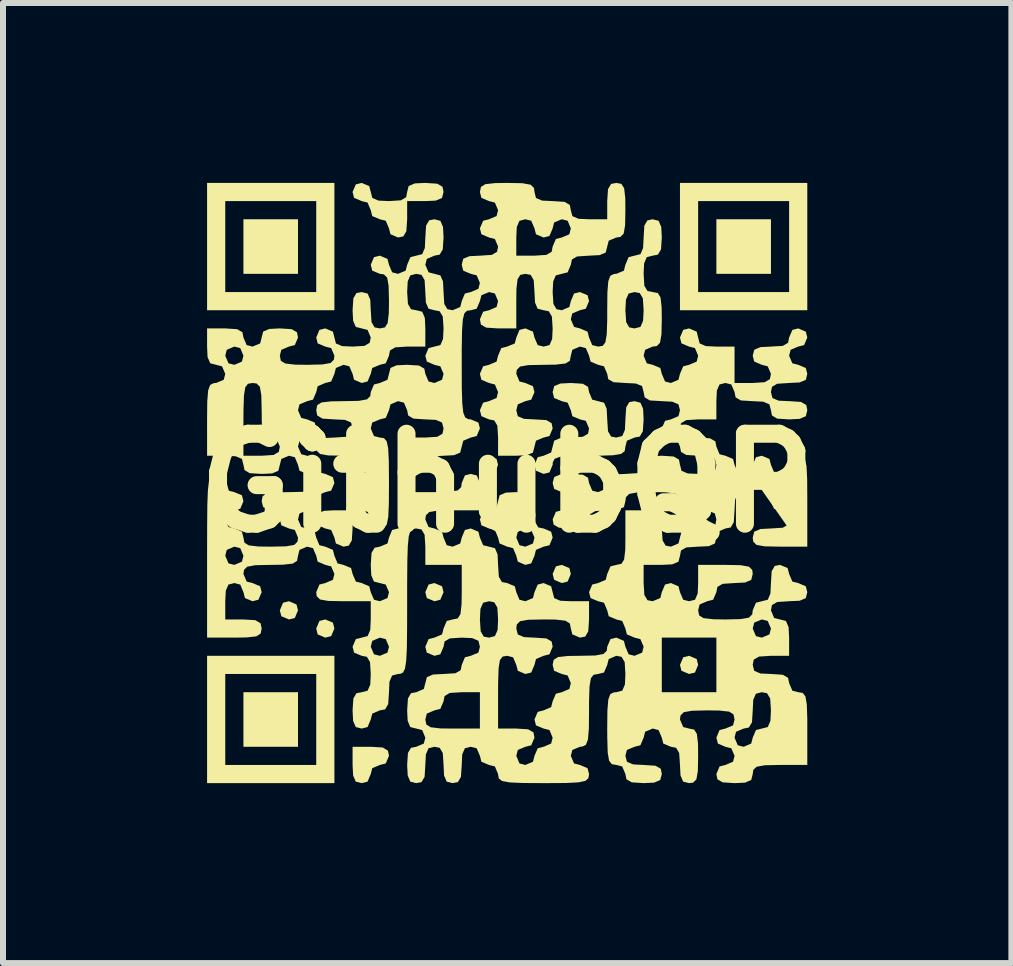
<source format=kicad_pcb>
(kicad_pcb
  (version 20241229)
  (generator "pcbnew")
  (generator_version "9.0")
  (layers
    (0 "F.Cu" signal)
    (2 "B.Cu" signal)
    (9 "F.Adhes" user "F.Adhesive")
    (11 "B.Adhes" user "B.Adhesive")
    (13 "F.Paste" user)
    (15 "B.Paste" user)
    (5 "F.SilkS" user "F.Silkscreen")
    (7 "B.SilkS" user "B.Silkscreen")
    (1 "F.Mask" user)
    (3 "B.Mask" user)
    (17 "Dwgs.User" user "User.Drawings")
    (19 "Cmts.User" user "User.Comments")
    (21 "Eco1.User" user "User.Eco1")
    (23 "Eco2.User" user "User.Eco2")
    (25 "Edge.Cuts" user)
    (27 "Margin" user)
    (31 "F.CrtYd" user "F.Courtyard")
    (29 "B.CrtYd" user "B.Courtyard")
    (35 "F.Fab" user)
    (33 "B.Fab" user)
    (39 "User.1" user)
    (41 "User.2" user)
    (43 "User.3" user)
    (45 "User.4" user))
  (footprint "GithubQR"
    (layer "F.Cu")
    (at 5.407 5.004)
    (property "Reference" "GithubQR" (at 0 0 0) (layer "F.SilkS") (effects (font (size 1.5 1.5) (thickness 0.3))))
    (attr board_only exclude_from_pos_files exclude_from_bom)
    (fp_poly (pts (xy -3.513 2.025) (xy -3.488 2.123) (xy -3.541 2.25) (xy -3.639 2.275) (xy -3.766 2.221) (xy -3.791 2.123) (xy -3.737 1.996) (xy -3.639 1.971)) (stroke (width 0) (type solid)) (fill yes) (layer "F.SilkS"))
    (fp_poly (pts (xy -3.488 -3.943) (xy -3.488 -3.488) (xy -3.943 -3.488) (xy -4.398 -3.488) (xy -4.398 -3.943) (xy -4.398 -4.398) (xy -3.943 -4.398) (xy -3.488 -4.398)) (stroke (width 0) (type solid)) (fill yes) (layer "F.SilkS"))
    (fp_poly (pts (xy -3.488 3.943) (xy -3.488 4.398) (xy -3.943 4.398) (xy -4.398 4.398) (xy -4.398 3.943) (xy -4.398 3.488) (xy -3.943 3.488) (xy -3.488 3.488)) (stroke (width 0) (type solid)) (fill yes) (layer "F.SilkS"))
    (fp_poly (pts (xy -2.906 2.328) (xy -2.881 2.426) (xy -2.935 2.553) (xy -3.033 2.578) (xy -3.16 2.524) (xy -3.184 2.426) (xy -3.131 2.3) (xy -3.033 2.275)) (stroke (width 0) (type solid)) (fill yes) (layer "F.SilkS"))
    (fp_poly (pts (xy -1.086 1.722) (xy -1.061 1.82) (xy -1.115 1.946) (xy -1.213 1.971) (xy -1.34 1.918) (xy -1.365 1.82) (xy -1.311 1.693) (xy -1.213 1.668)) (stroke (width 0) (type solid)) (fill yes) (layer "F.SilkS"))
    (fp_poly (pts (xy -0.177 -0.401) (xy -0.152 -0.303) (xy -0.205 -0.177) (xy -0.303 -0.152) (xy -0.43 -0.205) (xy -0.455 -0.303) (xy -0.401 -0.43) (xy -0.303 -0.455)) (stroke (width 0) (type solid)) (fill yes) (layer "F.SilkS"))
    (fp_poly (pts (xy 1.037 1.418) (xy 1.061 1.516) (xy 1.008 1.643) (xy 0.91 1.668) (xy 0.783 1.614) (xy 0.758 1.516) (xy 0.812 1.39) (xy 0.91 1.365)) (stroke (width 0) (type solid)) (fill yes) (layer "F.SilkS"))
    (fp_poly (pts (xy 3.16 2.935) (xy 3.184 3.033) (xy 3.131 3.16) (xy 3.033 3.184) (xy 2.906 3.131) (xy 2.881 3.033) (xy 2.935 2.906) (xy 3.033 2.881)) (stroke (width 0) (type solid)) (fill yes) (layer "F.SilkS"))
    (fp_poly (pts (xy 4.398 -3.943) (xy 4.398 -3.488) (xy 3.943 -3.488) (xy 3.488 -3.488) (xy 3.488 -3.943) (xy 3.488 -4.398) (xy 3.943 -4.398) (xy 4.398 -4.398)) (stroke (width 0) (type solid)) (fill yes) (layer "F.SilkS"))
    (fp_poly (pts (xy -2.578 0.758) (xy -2.591 0.957) (xy -2.642 1.044) (xy -2.73 1.061) (xy -2.856 1.008) (xy -2.881 0.91) (xy -2.935 0.783) (xy -3.033 0.758) (xy -3.16 0.705) (xy -3.184 0.607) (xy -3.159 0.507) (xy -3.056 0.464) (xy -2.881 0.455) (xy -2.578 0.455)) (stroke (width 0) (type solid)) (fill yes) (layer "F.SilkS"))
    (fp_poly (pts (xy -2.076 4.41) (xy -1.989 4.462) (xy -1.971 4.549) (xy -2.025 4.676) (xy -2.123 4.701) (xy -2.25 4.755) (xy -2.275 4.853) (xy -2.328 4.979) (xy -2.426 5.004) (xy -2.525 4.979) (xy -2.569 4.876) (xy -2.578 4.701) (xy -2.578 4.398) (xy -2.275 4.398)) (stroke (width 0) (type solid)) (fill yes) (layer "F.SilkS"))
    (fp_poly (pts (xy -2.881 -3.943) (xy -2.881 -2.881) (xy -3.943 -2.881) (xy -5.004 -2.881) (xy -5.004 -3.943) (xy -5.004 -4.701) (xy -4.701 -4.701) (xy -4.701 -3.943) (xy -4.701 -3.184) (xy -3.943 -3.184) (xy -3.184 -3.184) (xy -3.184 -3.943) (xy -3.184 -4.701) (xy -3.943 -4.701) (xy -4.701 -4.701) (xy -5.004 -4.701) (xy -5.004 -5.004) (xy -3.943 -5.004) (xy -2.881 -5.004)) (stroke (width 0) (type solid)) (fill yes) (layer "F.SilkS"))
    (fp_poly (pts (xy -2.881 3.943) (xy -2.881 5.004) (xy -3.943 5.004) (xy -5.004 5.004) (xy -5.004 3.943) (xy -5.004 3.184) (xy -4.701 3.184) (xy -4.701 3.943) (xy -4.701 4.701) (xy -3.943 4.701) (xy -3.184 4.701) (xy -3.184 3.943) (xy -3.184 3.184) (xy -3.943 3.184) (xy -4.701 3.184) (xy -5.004 3.184) (xy -5.004 2.881) (xy -3.943 2.881) (xy -2.881 2.881)) (stroke (width 0) (type solid)) (fill yes) (layer "F.SilkS"))
    (fp_poly (pts (xy 5.004 -3.943) (xy 5.004 -2.881) (xy 3.943 -2.881) (xy 2.881 -2.881) (xy 2.881 -3.943) (xy 2.881 -4.701) (xy 3.184 -4.701) (xy 3.184 -3.943) (xy 3.184 -3.184) (xy 3.943 -3.184) (xy 4.701 -3.184) (xy 4.701 -3.943) (xy 4.701 -4.701) (xy 3.943 -4.701) (xy 3.184 -4.701) (xy 2.881 -4.701) (xy 2.881 -5.004) (xy 3.943 -5.004) (xy 5.004 -5.004)) (stroke (width 0) (type solid)) (fill yes) (layer "F.SilkS"))
    (fp_poly (pts (xy -1.166 -4.991) (xy -1.079 -4.94) (xy -1.061 -4.853) (xy -1.087 -4.753) (xy -1.19 -4.709) (xy -1.365 -4.701) (xy -1.668 -4.701) (xy -1.668 -4.398) (xy -1.681 -4.199) (xy -1.732 -4.112) (xy -1.82 -4.094) (xy -1.946 -4.148) (xy -1.971 -4.246) (xy -2.025 -4.373) (xy -2.123 -4.398) (xy -2.25 -4.451) (xy -2.275 -4.549) (xy -2.328 -4.676) (xy -2.426 -4.701) (xy -2.553 -4.755) (xy -2.578 -4.853) (xy -2.524 -4.979) (xy -2.426 -5.004) (xy -2.3 -4.951) (xy -2.275 -4.853) (xy -2.249 -4.753) (xy -2.146 -4.709) (xy -1.971 -4.701) (xy -1.773 -4.714) (xy -1.685 -4.765) (xy -1.668 -4.853) (xy -1.643 -4.952) (xy -1.54 -4.996) (xy -1.365 -5.004)) (stroke (width 0) (type solid)) (fill yes) (layer "F.SilkS"))
    (fp_poly (pts (xy 0.455 0.455) (xy 0.468 0.653) (xy 0.519 0.741) (xy 0.607 0.758) (xy 0.733 0.812) (xy 0.758 0.91) (xy 0.705 1.037) (xy 0.607 1.061) (xy 0.48 1.115) (xy 0.455 1.213) (xy 0.401 1.34) (xy 0.303 1.365) (xy 0.177 1.311) (xy 0.152 1.213) (xy 0.098 1.086) (xy 0 1.061) (xy -0.127 1.008) (xy -0.152 0.91) (xy 0.152 0.91) (xy 0.205 1.037) (xy 0.303 1.061) (xy 0.43 1.008) (xy 0.455 0.91) (xy 0.401 0.783) (xy 0.303 0.758) (xy 0.177 0.812) (xy 0.152 0.91) (xy -0.152 0.91) (xy -0.205 0.783) (xy -0.303 0.758) (xy -0.43 0.705) (xy -0.455 0.607) (xy -0.401 0.48) (xy -0.303 0.455) (xy -0.177 0.401) (xy -0.152 0.303) (xy -0.126 0.204) (xy -0.023 0.16) (xy 0.152 0.152) (xy 0.455 0.152)) (stroke (width 0) (type solid)) (fill yes) (layer "F.SilkS"))
    (fp_poly (pts (xy 1.26 -1.655) (xy 1.348 -1.604) (xy 1.365 -1.516) (xy 1.418 -1.39) (xy 1.516 -1.365) (xy 1.616 -1.339) (xy 1.659 -1.237) (xy 1.668 -1.061) (xy 1.681 -0.863) (xy 1.732 -0.775) (xy 1.82 -0.758) (xy 1.919 -0.784) (xy 1.963 -0.886) (xy 1.971 -1.061) (xy 1.984 -1.26) (xy 2.035 -1.348) (xy 2.123 -1.365) (xy 2.222 -1.339) (xy 2.266 -1.237) (xy 2.275 -1.061) (xy 2.262 -0.863) (xy 2.211 -0.775) (xy 2.123 -0.758) (xy 1.996 -0.705) (xy 1.971 -0.607) (xy 1.959 -0.531) (xy 1.9 -0.486) (xy 1.766 -0.463) (xy 1.525 -0.455) (xy 1.365 -0.455) (xy 1.063 -0.452) (xy 0.881 -0.437) (xy 0.791 -0.404) (xy 0.76 -0.343) (xy 0.758 -0.303) (xy 0.705 -0.177) (xy 0.607 -0.152) (xy 0.48 -0.205) (xy 0.455 -0.303) (xy 0.509 -0.43) (xy 0.607 -0.455) (xy 0.733 -0.509) (xy 0.758 -0.607) (xy 0.784 -0.706) (xy 0.886 -0.75) (xy 1.061 -0.758) (xy 1.26 -0.771) (xy 1.348 -0.822) (xy 1.365 -0.91) (xy 1.311 -1.037) (xy 1.213 -1.061) (xy 1.086 -1.115) (xy 1.061 -1.213) (xy 1.008 -1.34) (xy 0.91 -1.365) (xy 0.783 -1.418) (xy 0.758 -1.516) (xy 0.784 -1.616) (xy 0.886 -1.659) (xy 1.061 -1.668)) (stroke (width 0) (type solid)) (fill yes) (layer "F.SilkS"))
    (fp_poly (pts (xy 1.904 -4.988) (xy 1.95 -4.915) (xy 1.969 -4.751) (xy 1.971 -4.549) (xy 1.966 -4.295) (xy 1.942 -4.158) (xy 1.887 -4.103) (xy 1.82 -4.094) (xy 1.693 -4.041) (xy 1.668 -3.943) (xy 1.643 -3.843) (xy 1.54 -3.8) (xy 1.365 -3.791) (xy 1.166 -3.778) (xy 1.079 -3.727) (xy 1.061 -3.639) (xy 1.008 -3.513) (xy 0.91 -3.488) (xy 0.811 -3.462) (xy 0.767 -3.36) (xy 0.758 -3.184) (xy 0.771 -2.986) (xy 0.822 -2.898) (xy 0.91 -2.881) (xy 1.037 -2.935) (xy 1.061 -3.033) (xy 1.115 -3.16) (xy 1.213 -3.184) (xy 1.34 -3.131) (xy 1.365 -3.033) (xy 1.311 -2.906) (xy 1.213 -2.881) (xy 1.086 -2.828) (xy 1.061 -2.73) (xy 1.115 -2.603) (xy 1.213 -2.578) (xy 1.34 -2.524) (xy 1.365 -2.426) (xy 1.418 -2.3) (xy 1.516 -2.275) (xy 1.592 -2.287) (xy 1.637 -2.346) (xy 1.66 -2.48) (xy 1.668 -2.721) (xy 1.668 -2.881) (xy 1.971 -2.881) (xy 1.984 -2.683) (xy 2.035 -2.595) (xy 2.123 -2.578) (xy 2.222 -2.603) (xy 2.266 -2.706) (xy 2.275 -2.881) (xy 2.262 -3.08) (xy 2.211 -3.167) (xy 2.123 -3.184) (xy 2.024 -3.159) (xy 1.98 -3.056) (xy 1.971 -2.881) (xy 1.668 -2.881) (xy 1.671 -3.183) (xy 1.686 -3.365) (xy 1.719 -3.455) (xy 1.78 -3.486) (xy 1.82 -3.488) (xy 1.946 -3.541) (xy 1.971 -3.639) (xy 2.025 -3.766) (xy 2.123 -3.791) (xy 2.222 -3.816) (xy 2.266 -3.919) (xy 2.275 -4.094) (xy 2.287 -4.293) (xy 2.339 -4.38) (xy 2.426 -4.398) (xy 2.525 -4.372) (xy 2.569 -4.269) (xy 2.578 -4.094) (xy 2.565 -3.896) (xy 2.514 -3.808) (xy 2.426 -3.791) (xy 2.327 -3.766) (xy 2.283 -3.663) (xy 2.275 -3.488) (xy 2.287 -3.289) (xy 2.339 -3.202) (xy 2.426 -3.184) (xy 2.511 -3.168) (xy 2.557 -3.095) (xy 2.575 -2.931) (xy 2.578 -2.73) (xy 2.572 -2.475) (xy 2.548 -2.338) (xy 2.493 -2.283) (xy 2.426 -2.275) (xy 2.3 -2.221) (xy 2.275 -2.123) (xy 2.328 -1.996) (xy 2.426 -1.971) (xy 2.553 -1.918) (xy 2.578 -1.82) (xy 2.632 -1.693) (xy 2.73 -1.668) (xy 2.856 -1.722) (xy 2.881 -1.82) (xy 2.935 -1.946) (xy 3.033 -1.971) (xy 3.16 -2.025) (xy 3.184 -2.123) (xy 3.131 -2.25) (xy 3.033 -2.275) (xy 2.906 -2.328) (xy 2.881 -2.426) (xy 2.935 -2.553) (xy 3.033 -2.578) (xy 3.16 -2.524) (xy 3.184 -2.426) (xy 3.21 -2.327) (xy 3.313 -2.283) (xy 3.488 -2.275) (xy 3.791 -2.275) (xy 3.791 -1.971) (xy 3.791 -1.668) (xy 4.094 -1.668) (xy 4.293 -1.681) (xy 4.38 -1.732) (xy 4.398 -1.82) (xy 4.344 -1.946) (xy 4.246 -1.971) (xy 4.119 -2.025) (xy 4.094 -2.123) (xy 4.12 -2.222) (xy 4.223 -2.266) (xy 4.398 -2.275) (xy 4.596 -2.287) (xy 4.684 -2.339) (xy 4.701 -2.426) (xy 4.755 -2.553) (xy 4.853 -2.578) (xy 4.979 -2.524) (xy 5.004 -2.426) (xy 4.951 -2.3) (xy 4.853 -2.275) (xy 4.726 -2.221) (xy 4.701 -2.123) (xy 4.755 -1.996) (xy 4.853 -1.971) (xy 4.979 -1.918) (xy 5.004 -1.82) (xy 4.979 -1.72) (xy 4.876 -1.677) (xy 4.701 -1.668) (xy 4.502 -1.655) (xy 4.415 -1.604) (xy 4.398 -1.516) (xy 4.423 -1.417) (xy 4.526 -1.373) (xy 4.701 -1.365) (xy 4.899 -1.352) (xy 4.987 -1.301) (xy 5.004 -1.213) (xy 4.979 -1.114) (xy 4.876 -1.07) (xy 4.701 -1.061) (xy 4.502 -1.074) (xy 4.415 -1.126) (xy 4.398 -1.213) (xy 4.372 -1.312) (xy 4.269 -1.356) (xy 4.094 -1.365) (xy 3.896 -1.377) (xy 3.808 -1.429) (xy 3.791 -1.516) (xy 3.737 -1.643) (xy 3.639 -1.668) (xy 3.54 -1.643) (xy 3.496 -1.54) (xy 3.488 -1.365) (xy 3.488 -1.061) (xy 3.184 -1.061) (xy 2.986 -1.049) (xy 2.898 -0.997) (xy 2.881 -0.91) (xy 2.907 -0.811) (xy 3.009 -0.767) (xy 3.184 -0.758) (xy 3.383 -0.745) (xy 3.471 -0.694) (xy 3.488 -0.607) (xy 3.541 -0.48) (xy 3.639 -0.455) (xy 3.766 -0.401) (xy 3.791 -0.303) (xy 3.845 -0.177) (xy 3.943 -0.152) (xy 4.069 -0.205) (xy 4.094 -0.303) (xy 4.148 -0.43) (xy 4.246 -0.455) (xy 4.373 -0.401) (xy 4.398 -0.303) (xy 4.451 -0.177) (xy 4.549 -0.152) (xy 4.676 -0.205) (xy 4.701 -0.303) (xy 4.755 -0.43) (xy 4.853 -0.455) (xy 4.922 -0.445) (xy 4.966 -0.395) (xy 4.991 -0.279) (xy 5.002 -0.069) (xy 5.004 0.263) (xy 5.004 0.303) (xy 5.004 1.061) (xy 4.549 1.061) (xy 4.295 1.056) (xy 4.158 1.032) (xy 4.103 0.977) (xy 4.094 0.91) (xy 4.12 0.811) (xy 4.223 0.767) (xy 4.398 0.758) (xy 4.596 0.745) (xy 4.684 0.694) (xy 4.701 0.607) (xy 4.647 0.48) (xy 4.549 0.455) (xy 4.45 0.429) (xy 4.406 0.327) (xy 4.398 0.152) (xy 4.385 -0.047) (xy 4.333 -0.134) (xy 4.246 -0.152) (xy 4.119 -0.098) (xy 4.094 0) (xy 4.041 0.127) (xy 3.943 0.152) (xy 3.843 0.177) (xy 3.8 0.28) (xy 3.791 0.455) (xy 3.778 0.653) (xy 3.727 0.741) (xy 3.639 0.758) (xy 3.513 0.812) (xy 3.488 0.91) (xy 3.462 1.009) (xy 3.36 1.053) (xy 3.184 1.061) (xy 2.986 1.074) (xy 2.898 1.126) (xy 2.881 1.213) (xy 2.856 1.312) (xy 2.753 1.356) (xy 2.578 1.365) (xy 2.275 1.365) (xy 2.275 1.668) (xy 2.287 1.866) (xy 2.339 1.954) (xy 2.426 1.971) (xy 2.553 1.918) (xy 2.578 1.82) (xy 2.632 1.693) (xy 2.73 1.668) (xy 2.856 1.722) (xy 2.881 1.82) (xy 2.935 1.946) (xy 3.033 1.971) (xy 3.132 1.946) (xy 3.176 1.843) (xy 3.184 1.668) (xy 3.184 1.365) (xy 3.639 1.365) (xy 3.893 1.37) (xy 4.031 1.395) (xy 4.086 1.449) (xy 4.094 1.516) (xy 4.069 1.616) (xy 3.966 1.659) (xy 3.791 1.668) (xy 3.593 1.681) (xy 3.505 1.732) (xy 3.488 1.82) (xy 3.434 1.946) (xy 3.336 1.971) (xy 3.209 2.025) (xy 3.184 2.123) (xy 3.201 2.208) (xy 3.274 2.253) (xy 3.438 2.272) (xy 3.639 2.275) (xy 3.893 2.269) (xy 4.031 2.245) (xy 4.086 2.19) (xy 4.094 2.123) (xy 4.148 1.996) (xy 4.246 1.971) (xy 4.345 1.946) (xy 4.389 1.843) (xy 4.398 1.668) (xy 4.41 1.47) (xy 4.462 1.382) (xy 4.549 1.365) (xy 4.676 1.418) (xy 4.701 1.516) (xy 4.755 1.643) (xy 4.853 1.668) (xy 4.979 1.722) (xy 5.004 1.82) (xy 4.979 1.919) (xy 4.876 1.963) (xy 4.701 1.971) (xy 4.502 1.984) (xy 4.415 2.035) (xy 4.398 2.123) (xy 4.451 2.25) (xy 4.549 2.275) (xy 4.648 2.3) (xy 4.692 2.403) (xy 4.701 2.578) (xy 4.701 2.881) (xy 4.398 2.881) (xy 4.199 2.894) (xy 4.111 2.945) (xy 4.094 3.033) (xy 4.12 3.132) (xy 4.223 3.176) (xy 4.398 3.184) (xy 4.596 3.197) (xy 4.684 3.249) (xy 4.701 3.336) (xy 4.755 3.463) (xy 4.853 3.488) (xy 4.928 3.5) (xy 4.973 3.559) (xy 4.996 3.693) (xy 5.004 3.934) (xy 5.004 4.094) (xy 5.004 4.701) (xy 4.549 4.701) (xy 4.295 4.706) (xy 4.158 4.731) (xy 4.103 4.785) (xy 4.094 4.853) (xy 4.069 4.952) (xy 3.966 4.996) (xy 3.791 5.004) (xy 3.593 4.991) (xy 3.505 4.94) (xy 3.488 4.853) (xy 3.541 4.726) (xy 3.639 4.701) (xy 3.766 4.647) (xy 3.791 4.549) (xy 3.737 4.423) (xy 3.639 4.398) (xy 3.513 4.344) (xy 3.488 4.246) (xy 3.791 4.246) (xy 3.845 4.373) (xy 3.943 4.398) (xy 4.069 4.344) (xy 4.094 4.246) (xy 4.148 4.119) (xy 4.246 4.094) (xy 4.345 4.069) (xy 4.389 3.966) (xy 4.398 3.791) (xy 4.385 3.593) (xy 4.333 3.505) (xy 4.246 3.488) (xy 4.147 3.513) (xy 4.103 3.616) (xy 4.094 3.791) (xy 4.082 3.989) (xy 4.03 4.077) (xy 3.943 4.094) (xy 3.816 4.148) (xy 3.791 4.246) (xy 3.488 4.246) (xy 3.541 4.119) (xy 3.639 4.094) (xy 3.766 4.041) (xy 3.791 3.943) (xy 3.774 3.858) (xy 3.702 3.812) (xy 3.538 3.794) (xy 3.336 3.791) (xy 3.082 3.797) (xy 2.945 3.821) (xy 2.89 3.876) (xy 2.881 3.943) (xy 2.935 4.069) (xy 3.033 4.094) (xy 3.118 4.111) (xy 3.163 4.184) (xy 3.182 4.348) (xy 3.184 4.549) (xy 3.179 4.803) (xy 3.155 4.941) (xy 3.1 4.996) (xy 3.033 5.004) (xy 2.934 4.979) (xy 2.89 4.876) (xy 2.881 4.701) (xy 2.868 4.502) (xy 2.817 4.415) (xy 2.73 4.398) (xy 2.603 4.344) (xy 2.578 4.246) (xy 2.524 4.119) (xy 2.426 4.094) (xy 2.3 4.148) (xy 2.275 4.246) (xy 2.221 4.373) (xy 2.123 4.398) (xy 1.996 4.451) (xy 1.971 4.549) (xy 1.997 4.648) (xy 2.1 4.692) (xy 2.275 4.701) (xy 2.473 4.714) (xy 2.561 4.765) (xy 2.578 4.853) (xy 2.552 4.952) (xy 2.45 4.996) (xy 2.275 5.004) (xy 2.076 4.991) (xy 1.989 4.94) (xy 1.971 4.853) (xy 1.918 4.726) (xy 1.82 4.701) (xy 1.744 4.688) (xy 1.699 4.63) (xy 1.676 4.495) (xy 1.669 4.254) (xy 1.668 4.094) (xy 1.671 3.792) (xy 1.686 3.611) (xy 1.719 3.52) (xy 1.78 3.49) (xy 1.82 3.488) (xy 1.919 3.462) (xy 1.963 3.36) (xy 1.971 3.184) (xy 1.959 2.986) (xy 1.907 2.898) (xy 1.82 2.881) (xy 1.693 2.935) (xy 1.668 3.033) (xy 1.614 3.16) (xy 1.516 3.184) (xy 1.441 3.197) (xy 1.396 3.255) (xy 1.373 3.39) (xy 1.365 3.631) (xy 1.365 3.791) (xy 1.362 4.093) (xy 1.347 4.274) (xy 1.313 4.365) (xy 1.253 4.395) (xy 1.213 4.398) (xy 1.086 4.451) (xy 1.061 4.549) (xy 1.115 4.676) (xy 1.213 4.701) (xy 1.34 4.755) (xy 1.365 4.853) (xy 1.354 4.922) (xy 1.305 4.966) (xy 1.189 4.991) (xy 0.979 5.002) (xy 0.647 5.004) (xy 0.607 5.004) (xy 0.261 5.002) (xy 0.041 4.992) (xy -0.084 4.969) (xy -0.139 4.927) (xy -0.152 4.861) (xy -0.152 4.853) (xy -0.205 4.726) (xy -0.303 4.701) (xy -0.43 4.647) (xy -0.455 4.549) (xy -0.509 4.423) (xy -0.607 4.398) (xy -0.706 4.423) (xy -0.75 4.526) (xy -0.758 4.701) (xy -0.771 4.899) (xy -0.822 4.987) (xy -0.91 5.004) (xy -1.009 4.979) (xy -1.053 4.876) (xy -1.061 4.701) (xy -1.074 4.502) (xy -1.126 4.415) (xy -1.213 4.398) (xy -1.312 4.423) (xy -1.356 4.526) (xy -1.365 4.701) (xy -1.377 4.899) (xy -1.429 4.987) (xy -1.516 5.004) (xy -1.616 4.979) (xy -1.659 4.876) (xy -1.668 4.701) (xy -1.655 4.502) (xy -1.604 4.415) (xy -1.516 4.398) (xy -1.39 4.344) (xy -1.365 4.246) (xy -1.418 4.119) (xy -1.516 4.094) (xy -1.616 4.069) (xy -1.659 3.966) (xy -1.661 3.943) (xy -1.365 3.943) (xy -1.348 4.027) (xy -1.275 4.073) (xy -1.111 4.092) (xy -0.91 4.094) (xy -0.455 4.094) (xy -0.455 3.791) (xy -0.455 3.488) (xy -0.758 3.488) (xy -0.957 3.5) (xy -1.044 3.552) (xy -1.061 3.639) (xy -1.115 3.766) (xy -1.213 3.791) (xy -1.34 3.845) (xy -1.365 3.943) (xy -1.661 3.943) (xy -1.668 3.791) (xy -1.655 3.593) (xy -1.604 3.505) (xy -1.516 3.488) (xy -1.39 3.434) (xy -1.365 3.336) (xy -1.339 3.237) (xy -1.237 3.193) (xy -1.061 3.184) (xy -0.863 3.172) (xy -0.775 3.12) (xy -0.758 3.033) (xy -0.705 2.906) (xy -0.607 2.881) (xy -0.48 2.828) (xy -0.455 2.73) (xy -0.48 2.63) (xy -0.583 2.586) (xy -0.758 2.578) (xy -0.957 2.591) (xy -1.044 2.642) (xy -1.061 2.73) (xy -1.115 2.856) (xy -1.213 2.881) (xy -1.34 2.828) (xy -1.365 2.73) (xy -1.311 2.603) (xy -1.213 2.578) (xy -1.086 2.524) (xy -1.061 2.426) (xy -1.008 2.3) (xy -0.91 2.275) (xy -0.455 2.275) (xy -0.442 2.473) (xy -0.391 2.561) (xy -0.303 2.578) (xy -0.204 2.552) (xy -0.16 2.45) (xy -0.152 2.275) (xy -0.164 2.076) (xy -0.216 1.989) (xy -0.303 1.971) (xy -0.402 1.997) (xy -0.446 2.1) (xy -0.455 2.275) (xy -0.91 2.275) (xy -0.825 2.258) (xy -0.779 2.185) (xy -0.761 2.021) (xy -0.758 1.82) (xy -0.758 1.365) (xy -1.061 1.365) (xy -1.365 1.365) (xy -1.365 1.061) (xy -1.377 0.863) (xy -1.429 0.775) (xy -1.516 0.758) (xy -1.573 0.765) (xy -1.614 0.801) (xy -1.641 0.887) (xy -1.657 1.046) (xy -1.665 1.299) (xy -1.668 1.668) (xy -1.668 1.971) (xy -1.669 2.425) (xy -1.673 2.749) (xy -1.684 2.965) (xy -1.704 3.094) (xy -1.736 3.159) (xy -1.782 3.182) (xy -1.82 3.184) (xy -1.919 3.21) (xy -1.963 3.313) (xy -1.971 3.488) (xy -1.984 3.686) (xy -2.035 3.774) (xy -2.123 3.791) (xy -2.25 3.845) (xy -2.275 3.943) (xy -2.328 4.069) (xy -2.426 4.094) (xy -2.525 4.069) (xy -2.569 3.966) (xy -2.578 3.791) (xy -2.565 3.593) (xy -2.514 3.505) (xy -2.426 3.488) (xy -2.327 3.462) (xy -2.283 3.36) (xy -2.275 3.184) (xy -2.287 2.986) (xy -2.339 2.898) (xy -2.426 2.881) (xy -2.553 2.828) (xy -2.578 2.73) (xy -2.275 2.73) (xy -2.221 2.856) (xy -2.123 2.881) (xy -1.996 2.828) (xy -1.971 2.73) (xy -2.025 2.603) (xy -2.123 2.578) (xy -2.25 2.632) (xy -2.275 2.73) (xy -2.578 2.73) (xy -2.524 2.603) (xy -2.426 2.578) (xy -2.327 2.552) (xy -2.283 2.45) (xy -2.275 2.275) (xy -2.275 1.971) (xy -2.73 1.971) (xy -2.984 1.966) (xy -3.121 1.942) (xy -3.176 1.887) (xy -3.184 1.82) (xy -3.131 1.693) (xy -3.033 1.668) (xy -2.906 1.614) (xy -2.881 1.516) (xy -2.935 1.39) (xy -3.033 1.365) (xy -3.16 1.311) (xy -3.184 1.213) (xy -3.238 1.086) (xy -3.336 1.061) (xy -3.463 1.115) (xy -3.488 1.213) (xy -3.504 1.298) (xy -3.577 1.344) (xy -3.741 1.362) (xy -3.943 1.365) (xy -4.197 1.37) (xy -4.334 1.395) (xy -4.389 1.449) (xy -4.398 1.516) (xy -4.344 1.643) (xy -4.246 1.668) (xy -4.119 1.722) (xy -4.094 1.82) (xy -4.148 1.946) (xy -4.246 1.971) (xy -4.373 1.918) (xy -4.398 1.82) (xy -4.451 1.693) (xy -4.549 1.668) (xy -4.648 1.693) (xy -4.692 1.796) (xy -4.701 1.971) (xy -4.701 2.275) (xy -4.398 2.275) (xy -4.199 2.287) (xy -4.112 2.339) (xy -4.094 2.426) (xy -4.111 2.511) (xy -4.184 2.557) (xy -4.348 2.575) (xy -4.549 2.578) (xy -5.004 2.578) (xy -5.004 1.213) (xy -4.701 1.213) (xy -4.647 1.34) (xy -4.549 1.365) (xy -4.423 1.311) (xy -4.398 1.213) (xy -4.451 1.086) (xy -4.549 1.061) (xy -4.676 1.115) (xy -4.701 1.213) (xy -5.004 1.213) (xy -5.003 0.728) (xy -5 0.374) (xy -4.991 0.13) (xy -4.974 -0.024) (xy -4.948 -0.108) (xy -4.91 -0.144) (xy -4.857 -0.152) (xy -4.853 -0.152) (xy -4.726 -0.098) (xy -4.701 0) (xy -4.647 0.127) (xy -4.549 0.152) (xy -4.423 0.205) (xy -4.398 0.303) (xy -4.451 0.43) (xy -4.549 0.455) (xy -4.676 0.509) (xy -4.701 0.607) (xy -4.647 0.733) (xy -4.549 0.758) (xy -4.423 0.812) (xy -4.398 0.91) (xy -4.381 0.995) (xy -4.308 1.04) (xy -4.144 1.059) (xy -3.943 1.061) (xy -3.689 1.056) (xy -3.551 1.032) (xy -3.496 0.977) (xy -3.488 0.91) (xy -3.541 0.783) (xy -3.639 0.758) (xy -3.766 0.705) (xy -3.791 0.607) (xy -3.488 0.607) (xy -3.434 0.733) (xy -3.336 0.758) (xy -3.209 0.812) (xy -3.184 0.91) (xy -3.131 1.037) (xy -3.033 1.061) (xy -2.906 1.115) (xy -2.881 1.213) (xy -2.828 1.34) (xy -2.73 1.365) (xy -2.603 1.418) (xy -2.578 1.516) (xy -2.524 1.643) (xy -2.426 1.668) (xy -2.3 1.722) (xy -2.275 1.82) (xy -2.221 1.946) (xy -2.123 1.971) (xy -1.996 1.918) (xy -1.971 1.82) (xy -2.025 1.693) (xy -2.123 1.668) (xy -2.222 1.643) (xy -2.266 1.54) (xy -2.275 1.365) (xy -2.262 1.166) (xy -2.211 1.079) (xy -2.123 1.061) (xy -1.996 1.008) (xy -1.971 0.91) (xy -1.918 0.783) (xy -1.82 0.758) (xy -1.72 0.733) (xy -1.677 0.63) (xy -1.668 0.455) (xy -1.668 0.152) (xy -1.213 0.152) (xy -0.959 0.146) (xy -0.822 0.122) (xy -0.767 0.067) (xy -0.758 0) (xy -0.705 -0.127) (xy -0.607 -0.152) (xy -0.507 -0.126) (xy -0.464 -0.023) (xy -0.455 0.152) (xy -0.455 0.455) (xy -0.91 0.455) (xy -1.164 0.46) (xy -1.301 0.485) (xy -1.356 0.539) (xy -1.365 0.607) (xy -1.311 0.733) (xy -1.213 0.758) (xy -1.086 0.812) (xy -1.061 0.91) (xy -1.008 1.037) (xy -0.91 1.061) (xy -0.783 1.008) (xy -0.758 0.91) (xy -0.705 0.783) (xy -0.607 0.758) (xy -0.48 0.812) (xy -0.455 0.91) (xy -0.401 1.037) (xy -0.303 1.061) (xy -0.204 1.087) (xy -0.16 1.19) (xy -0.152 1.365) (xy -0.139 1.563) (xy -0.088 1.651) (xy 0 1.668) (xy 0.127 1.722) (xy 0.152 1.82) (xy 0.205 1.946) (xy 0.303 1.971) (xy 0.43 1.918) (xy 0.455 1.82) (xy 0.509 1.693) (xy 0.607 1.668) (xy 0.733 1.722) (xy 0.758 1.82) (xy 0.784 1.919) (xy 0.886 1.963) (xy 1.061 1.971) (xy 1.365 1.971) (xy 1.365 2.275) (xy 1.352 2.473) (xy 1.301 2.561) (xy 1.213 2.578) (xy 1.086 2.524) (xy 1.061 2.426) (xy 1.045 2.342) (xy 0.972 2.296) (xy 0.808 2.277) (xy 0.607 2.275) (xy 0.352 2.28) (xy 0.215 2.304) (xy 0.16 2.359) (xy 0.152 2.426) (xy 0.177 2.525) (xy 0.28 2.569) (xy 0.455 2.578) (xy 0.653 2.591) (xy 0.741 2.642) (xy 0.758 2.73) (xy 0.705 2.856) (xy 0.607 2.881) (xy 0.48 2.935) (xy 0.455 3.033) (xy 0.401 3.16) (xy 0.303 3.184) (xy 0.177 3.131) (xy 0.152 3.033) (xy 0.098 2.906) (xy 0 2.881) (xy -0.076 2.894) (xy -0.121 2.952) (xy -0.143 3.087) (xy -0.151 3.328) (xy -0.152 3.488) (xy -0.152 4.094) (xy 0.152 4.094) (xy 0.35 4.107) (xy 0.438 4.158) (xy 0.455 4.246) (xy 0.401 4.373) (xy 0.303 4.398) (xy 0.177 4.451) (xy 0.152 4.549) (xy 0.205 4.676) (xy 0.303 4.701) (xy 0.43 4.647) (xy 0.455 4.549) (xy 0.509 4.423) (xy 0.607 4.398) (xy 0.733 4.344) (xy 0.758 4.246) (xy 0.705 4.119) (xy 0.607 4.094) (xy 0.48 4.041) (xy 0.455 3.943) (xy 0.509 3.816) (xy 0.607 3.791) (xy 0.733 3.737) (xy 0.758 3.639) (xy 0.812 3.513) (xy 0.91 3.488) (xy 1.037 3.434) (xy 1.061 3.336) (xy 1.008 3.209) (xy 0.91 3.184) (xy 0.783 3.131) (xy 0.758 3.033) (xy 0.775 2.948) (xy 0.848 2.902) (xy 1.012 2.884) (xy 1.213 2.881) (xy 1.467 2.876) (xy 1.605 2.851) (xy 1.66 2.797) (xy 1.668 2.73) (xy 1.722 2.603) (xy 1.82 2.578) (xy 1.946 2.632) (xy 1.971 2.73) (xy 2.025 2.856) (xy 2.123 2.881) (xy 2.25 2.828) (xy 2.275 2.73) (xy 2.221 2.603) (xy 2.123 2.578) (xy 2.578 2.578) (xy 2.578 3.033) (xy 2.578 3.488) (xy 3.033 3.488) (xy 3.488 3.488) (xy 3.488 3.033) (xy 3.488 2.578) (xy 3.033 2.578) (xy 2.578 2.578) (xy 2.123 2.578) (xy 1.996 2.524) (xy 1.971 2.426) (xy 4.094 2.426) (xy 4.148 2.553) (xy 4.246 2.578) (xy 4.373 2.524) (xy 4.398 2.426) (xy 4.344 2.3) (xy 4.246 2.275) (xy 4.119 2.328) (xy 4.094 2.426) (xy 1.971 2.426) (xy 1.918 2.3) (xy 1.82 2.275) (xy 1.693 2.221) (xy 1.668 2.123) (xy 1.614 1.996) (xy 1.516 1.971) (xy 1.39 1.918) (xy 1.365 1.82) (xy 1.418 1.693) (xy 1.516 1.668) (xy 1.643 1.614) (xy 1.668 1.516) (xy 1.722 1.39) (xy 1.82 1.365) (xy 1.904 1.348) (xy 1.95 1.275) (xy 1.969 1.111) (xy 1.971 0.91) (xy 1.971 0.455) (xy 2.275 0.455) (xy 2.578 0.455) (xy 2.578 0.758) (xy 2.591 0.957) (xy 2.642 1.044) (xy 2.73 1.061) (xy 2.856 1.008) (xy 2.881 0.91) (xy 2.907 0.811) (xy 3.009 0.767) (xy 3.184 0.758) (xy 3.383 0.745) (xy 3.471 0.694) (xy 3.488 0.607) (xy 3.462 0.507) (xy 3.36 0.464) (xy 3.184 0.455) (xy 2.986 0.442) (xy 2.898 0.391) (xy 2.881 0.303) (xy 2.865 0.219) (xy 2.792 0.173) (xy 2.628 0.154) (xy 2.426 0.152) (xy 2.172 0.157) (xy 2.035 0.181) (xy 1.98 0.236) (xy 1.971 0.303) (xy 1.946 0.402) (xy 1.843 0.446) (xy 1.668 0.455) (xy 1.47 0.468) (xy 1.382 0.519) (xy 1.365 0.607) (xy 1.339 0.706) (xy 1.237 0.75) (xy 1.061 0.758) (xy 0.863 0.745) (xy 0.775 0.694) (xy 0.758 0.607) (xy 0.812 0.48) (xy 0.91 0.455) (xy 1.037 0.401) (xy 1.061 0.303) (xy 1.008 0.177) (xy 0.91 0.152) (xy 0.783 0.098) (xy 0.758 0) (xy 0.784 -0.099) (xy 0.886 -0.143) (xy 1.061 -0.152) (xy 1.26 -0.139) (xy 1.348 -0.088) (xy 1.365 0) (xy 1.418 0.127) (xy 1.516 0.152) (xy 1.643 0.098) (xy 1.668 0) (xy 1.693 -0.099) (xy 1.796 -0.143) (xy 1.971 -0.152) (xy 2.17 -0.164) (xy 2.257 -0.216) (xy 2.275 -0.303) (xy 2.3 -0.402) (xy 2.403 -0.446) (xy 2.578 -0.455) (xy 2.776 -0.442) (xy 2.864 -0.391) (xy 2.881 -0.303) (xy 2.907 -0.204) (xy 3.009 -0.16) (xy 3.184 -0.152) (xy 3.383 -0.164) (xy 3.471 -0.216) (xy 3.488 -0.303) (xy 3.462 -0.402) (xy 3.36 -0.446) (xy 3.184 -0.455) (xy 2.986 -0.468) (xy 2.898 -0.519) (xy 2.881 -0.607) (xy 2.828 -0.733) (xy 2.73 -0.758) (xy 2.603 -0.812) (xy 2.578 -0.91) (xy 2.632 -1.037) (xy 2.73 -1.061) (xy 2.856 -1.115) (xy 2.881 -1.213) (xy 2.856 -1.312) (xy 2.753 -1.356) (xy 2.578 -1.365) (xy 2.379 -1.377) (xy 2.292 -1.429) (xy 2.275 -1.516) (xy 2.249 -1.616) (xy 2.146 -1.659) (xy 1.971 -1.668) (xy 1.773 -1.681) (xy 1.685 -1.732) (xy 1.668 -1.82) (xy 1.614 -1.946) (xy 1.516 -1.971) (xy 1.39 -2.025) (xy 1.365 -2.123) (xy 1.311 -2.25) (xy 1.213 -2.275) (xy 1.086 -2.221) (xy 1.061 -2.123) (xy 1.045 -2.038) (xy 0.972 -1.993) (xy 0.808 -1.974) (xy 0.607 -1.971) (xy 0.352 -1.966) (xy 0.215 -1.942) (xy 0.16 -1.887) (xy 0.152 -1.82) (xy 0.205 -1.693) (xy 0.303 -1.668) (xy 0.43 -1.614) (xy 0.455 -1.516) (xy 0.401 -1.39) (xy 0.303 -1.365) (xy 0.177 -1.311) (xy 0.152 -1.213) (xy 0.177 -1.114) (xy 0.28 -1.07) (xy 0.455 -1.061) (xy 0.653 -1.049) (xy 0.741 -0.997) (xy 0.758 -0.91) (xy 0.705 -0.783) (xy 0.607 -0.758) (xy 0.48 -0.705) (xy 0.455 -0.607) (xy 0.429 -0.507) (xy 0.327 -0.464) (xy 0.152 -0.455) (xy -0.152 -0.455) (xy -0.152 -0.758) (xy -0.164 -0.957) (xy -0.216 -1.044) (xy -0.303 -1.061) (xy -0.43 -1.115) (xy -0.455 -1.213) (xy -0.401 -1.34) (xy -0.303 -1.365) (xy -0.177 -1.418) (xy -0.152 -1.516) (xy -0.205 -1.643) (xy -0.303 -1.668) (xy -0.43 -1.722) (xy -0.455 -1.82) (xy -0.401 -1.946) (xy -0.303 -1.971) (xy -0.177 -2.025) (xy -0.152 -2.123) (xy -0.098 -2.25) (xy 0 -2.275) (xy 0.127 -2.328) (xy 0.152 -2.426) (xy 0.205 -2.553) (xy 0.303 -2.578) (xy 0.43 -2.524) (xy 0.455 -2.426) (xy 0.509 -2.3) (xy 0.607 -2.275) (xy 0.706 -2.3) (xy 0.75 -2.403) (xy 0.758 -2.578) (xy 0.745 -2.776) (xy 0.694 -2.864) (xy 0.607 -2.881) (xy 0.507 -2.907) (xy 0.464 -3.009) (xy 0.455 -3.184) (xy 0.442 -3.383) (xy 0.391 -3.471) (xy 0.303 -3.488) (xy 0.219 -3.471) (xy 0.173 -3.398) (xy 0.154 -3.234) (xy 0.152 -3.033) (xy 0.152 -2.578) (xy -0.152 -2.578) (xy -0.35 -2.591) (xy -0.438 -2.642) (xy -0.455 -2.73) (xy -0.401 -2.856) (xy -0.303 -2.881) (xy -0.177 -2.935) (xy -0.152 -3.033) (xy -0.205 -3.16) (xy -0.303 -3.184) (xy -0.43 -3.131) (xy -0.455 -3.033) (xy -0.509 -2.906) (xy -0.607 -2.881) (xy -0.671 -2.872) (xy -0.714 -2.829) (xy -0.74 -2.725) (xy -0.753 -2.537) (xy -0.758 -2.239) (xy -0.758 -1.971) (xy -0.757 -1.587) (xy -0.749 -1.33) (xy -0.732 -1.174) (xy -0.701 -1.094) (xy -0.651 -1.065) (xy -0.607 -1.061) (xy -0.48 -1.008) (xy -0.455 -0.91) (xy -0.509 -0.783) (xy -0.607 -0.758) (xy -0.733 -0.705) (xy -0.758 -0.607) (xy -0.784 -0.507) (xy -0.886 -0.464) (xy -1.061 -0.455) (xy -1.26 -0.442) (xy -1.348 -0.391) (xy -1.365 -0.303) (xy -1.418 -0.177) (xy -1.516 -0.152) (xy -1.616 -0.177) (xy -1.659 -0.28) (xy -1.668 -0.455) (xy -1.668 -0.758) (xy -1.365 -0.758) (xy -1.166 -0.771) (xy -1.079 -0.822) (xy -1.061 -0.91) (xy -1.087 -1.009) (xy -1.19 -1.053) (xy -1.365 -1.061) (xy -1.563 -1.074) (xy -1.651 -1.126) (xy -1.668 -1.213) (xy -1.722 -1.34) (xy -1.82 -1.365) (xy -1.946 -1.311) (xy -1.971 -1.213) (xy -2.025 -1.086) (xy -2.123 -1.061) (xy -2.25 -1.008) (xy -2.275 -0.91) (xy -2.221 -0.783) (xy -2.123 -0.758) (xy -2.054 -0.748) (xy -2.01 -0.698) (xy -1.985 -0.582) (xy -1.974 -0.372) (xy -1.971 -0.041) (xy -1.971 0) (xy -1.973 0.345) (xy -1.983 0.566) (xy -2.007 0.69) (xy -2.049 0.745) (xy -2.115 0.758) (xy -2.123 0.758) (xy -2.25 0.705) (xy -2.275 0.607) (xy -2.328 0.48) (xy -2.426 0.455) (xy -2.525 0.429) (xy -2.569 0.327) (xy -2.578 0.152) (xy -2.565 -0.047) (xy -2.514 -0.134) (xy -2.426 -0.152) (xy -2.3 -0.205) (xy -2.275 -0.303) (xy -2.291 -0.388) (xy -2.364 -0.434) (xy -2.528 -0.452) (xy -2.73 -0.455) (xy -2.984 -0.46) (xy -3.121 -0.485) (xy -3.176 -0.539) (xy -3.184 -0.607) (xy -3.159 -0.706) (xy -3.056 -0.75) (xy -2.881 -0.758) (xy -2.683 -0.771) (xy -2.595 -0.822) (xy -2.578 -0.91) (xy -2.603 -1.009) (xy -2.706 -1.053) (xy -2.881 -1.061) (xy -3.08 -1.074) (xy -3.167 -1.126) (xy -3.184 -1.213) (xy -3.168 -1.298) (xy -3.095 -1.344) (xy -2.931 -1.362) (xy -2.73 -1.365) (xy -2.475 -1.37) (xy -2.338 -1.395) (xy -2.283 -1.449) (xy -2.275 -1.516) (xy -2.221 -1.643) (xy -2.123 -1.668) (xy -1.996 -1.722) (xy -1.971 -1.82) (xy -1.946 -1.919) (xy -1.843 -1.963) (xy -1.668 -1.971) (xy -1.47 -1.959) (xy -1.382 -1.907) (xy -1.365 -1.82) (xy -1.311 -1.693) (xy -1.213 -1.668) (xy -1.086 -1.722) (xy -1.061 -1.82) (xy -1.115 -1.946) (xy -1.213 -1.971) (xy -1.34 -2.025) (xy -1.365 -2.123) (xy -1.311 -2.25) (xy -1.213 -2.275) (xy -1.114 -2.3) (xy -1.07 -2.403) (xy -1.061 -2.578) (xy -1.074 -2.776) (xy -1.126 -2.864) (xy -1.213 -2.881) (xy -1.312 -2.907) (xy -1.356 -3.009) (xy -1.365 -3.184) (xy -1.377 -3.383) (xy -1.429 -3.471) (xy -1.516 -3.488) (xy -1.616 -3.462) (xy -1.659 -3.36) (xy -1.668 -3.184) (xy -1.655 -2.986) (xy -1.604 -2.898) (xy -1.516 -2.881) (xy -1.417 -2.856) (xy -1.373 -2.753) (xy -1.365 -2.578) (xy -1.365 -2.275) (xy -1.668 -2.275) (xy -1.866 -2.262) (xy -1.954 -2.211) (xy -1.971 -2.123) (xy -2.025 -1.996) (xy -2.123 -1.971) (xy -2.25 -1.918) (xy -2.275 -1.82) (xy -2.328 -1.693) (xy -2.426 -1.668) (xy -2.553 -1.722) (xy -2.578 -1.82) (xy -2.632 -1.946) (xy -2.73 -1.971) (xy -2.856 -1.918) (xy -2.881 -1.82) (xy -2.935 -1.693) (xy -3.033 -1.668) (xy -3.16 -1.614) (xy -3.184 -1.516) (xy -3.238 -1.39) (xy -3.336 -1.365) (xy -3.463 -1.311) (xy -3.488 -1.213) (xy -3.434 -1.086) (xy -3.336 -1.061) (xy -3.209 -1.008) (xy -3.184 -0.91) (xy -3.238 -0.783) (xy -3.336 -0.758) (xy -3.463 -0.705) (xy -3.488 -0.607) (xy -3.434 -0.48) (xy -3.336 -0.455) (xy -3.209 -0.401) (xy -3.184 -0.303) (xy -3.131 -0.177) (xy -3.033 -0.152) (xy -2.906 -0.098) (xy -2.881 0) (xy -2.935 0.127) (xy -3.033 0.152) (xy -3.16 0.205) (xy -3.184 0.303) (xy -3.238 0.43) (xy -3.336 0.455) (xy -3.463 0.509) (xy -3.488 0.607) (xy -3.791 0.607) (xy -3.845 0.48) (xy -3.943 0.455) (xy -4.069 0.401) (xy -4.094 0.303) (xy -4.078 0.219) (xy -4.005 0.173) (xy -3.841 0.154) (xy -3.639 0.152) (xy -3.385 0.146) (xy -3.248 0.122) (xy -3.193 0.067) (xy -3.184 0) (xy -3.238 -0.127) (xy -3.336 -0.152) (xy -3.463 -0.205) (xy -3.488 -0.303) (xy -3.541 -0.43) (xy -3.639 -0.455) (xy -3.766 -0.401) (xy -3.791 -0.303) (xy -3.816 -0.204) (xy -3.919 -0.16) (xy -4.094 -0.152) (xy -4.293 -0.164) (xy -4.38 -0.216) (xy -4.398 -0.303) (xy -4.423 -0.402) (xy -4.526 -0.446) (xy -4.701 -0.455) (xy -4.398 -0.455) (xy -4.094 -0.455) (xy -3.896 -0.468) (xy -3.808 -0.519) (xy -3.791 -0.607) (xy -3.845 -0.733) (xy -3.943 -0.758) (xy -4.027 -0.775) (xy -4.073 -0.848) (xy -4.092 -1.012) (xy -4.094 -1.213) (xy -4.1 -1.467) (xy -4.124 -1.605) (xy -4.179 -1.66) (xy -4.246 -1.668) (xy -4.322 -1.655) (xy -4.367 -1.597) (xy -4.389 -1.463) (xy -4.397 -1.221) (xy -4.398 -1.061) (xy -4.398 -0.455) (xy -4.701 -0.455) (xy -5.004 -0.455) (xy -5.004 -1.061) (xy -5.001 -1.364) (xy -4.986 -1.545) (xy -4.953 -1.635) (xy -4.893 -1.666) (xy -4.853 -1.668) (xy -4.726 -1.722) (xy -4.701 -1.82) (xy -4.755 -1.946) (xy -4.853 -1.971) (xy -4.952 -1.997) (xy -4.996 -2.1) (xy -4.997 -2.123) (xy -4.701 -2.123) (xy -4.647 -1.996) (xy -4.549 -1.971) (xy -4.423 -2.025) (xy -4.398 -2.123) (xy -4.451 -2.25) (xy -4.549 -2.275) (xy -4.676 -2.221) (xy -4.701 -2.123) (xy -4.997 -2.123) (xy -5.004 -2.275) (xy -5.004 -2.578) (xy -4.701 -2.578) (xy -4.502 -2.565) (xy -4.415 -2.514) (xy -4.398 -2.426) (xy -4.344 -2.3) (xy -4.246 -2.275) (xy -4.119 -2.328) (xy -4.094 -2.426) (xy -4.069 -2.525) (xy -3.966 -2.569) (xy -3.791 -2.578) (xy -3.593 -2.565) (xy -3.505 -2.514) (xy -3.488 -2.426) (xy -3.541 -2.3) (xy -3.639 -2.275) (xy -3.766 -2.221) (xy -3.791 -2.123) (xy -3.774 -2.038) (xy -3.702 -1.993) (xy -3.538 -1.974) (xy -3.336 -1.971) (xy -3.082 -1.977) (xy -2.945 -2.001) (xy -2.89 -2.056) (xy -2.881 -2.123) (xy -2.935 -2.25) (xy -3.033 -2.275) (xy -3.16 -2.328) (xy -3.184 -2.426) (xy -3.131 -2.553) (xy -3.033 -2.578) (xy -2.906 -2.524) (xy -2.881 -2.426) (xy -2.856 -2.327) (xy -2.753 -2.283) (xy -2.578 -2.275) (xy -2.379 -2.287) (xy -2.292 -2.339) (xy -2.275 -2.426) (xy -2.328 -2.553) (xy -2.426 -2.578) (xy -2.525 -2.603) (xy -2.569 -2.706) (xy -2.578 -2.881) (xy -2.565 -3.08) (xy -2.514 -3.167) (xy -2.426 -3.184) (xy -2.327 -3.159) (xy -2.283 -3.056) (xy -2.275 -2.881) (xy -2.262 -2.683) (xy -2.211 -2.595) (xy -2.123 -2.578) (xy -2.038 -2.595) (xy -1.993 -2.667) (xy -1.974 -2.831) (xy -1.971 -3.033) (xy -1.977 -3.287) (xy -2.001 -3.424) (xy -2.056 -3.479) (xy -2.123 -3.488) (xy -2.25 -3.541) (xy -2.275 -3.639) (xy -2.221 -3.766) (xy -2.123 -3.791) (xy -1.996 -3.737) (xy -1.971 -3.639) (xy -1.918 -3.513) (xy -1.82 -3.488) (xy -1.693 -3.541) (xy -1.668 -3.639) (xy -1.614 -3.766) (xy -1.516 -3.791) (xy -1.417 -3.816) (xy -1.373 -3.919) (xy -1.365 -4.094) (xy -1.352 -4.293) (xy -1.301 -4.38) (xy -1.213 -4.398) (xy -1.114 -4.372) (xy -1.07 -4.269) (xy -1.061 -4.094) (xy -1.074 -3.896) (xy -1.126 -3.808) (xy -1.213 -3.791) (xy -1.34 -3.737) (xy -1.365 -3.639) (xy -1.311 -3.513) (xy -1.213 -3.488) (xy -1.114 -3.462) (xy -1.07 -3.36) (xy -1.061 -3.184) (xy -1.049 -2.986) (xy -0.997 -2.898) (xy -0.91 -2.881) (xy -0.783 -2.935) (xy -0.758 -3.033) (xy -0.705 -3.16) (xy -0.607 -3.184) (xy -0.48 -3.238) (xy -0.455 -3.336) (xy -0.509 -3.463) (xy -0.607 -3.488) (xy -0.733 -3.541) (xy -0.758 -3.639) (xy -0.733 -3.739) (xy -0.63 -3.782) (xy -0.455 -3.791) (xy 0.152 -3.791) (xy 0.455 -3.791) (xy 0.653 -3.804) (xy 0.741 -3.855) (xy 0.758 -3.943) (xy 0.812 -4.069) (xy 0.91 -4.094) (xy 1.037 -4.148) (xy 1.061 -4.246) (xy 1.008 -4.373) (xy 0.91 -4.398) (xy 0.783 -4.344) (xy 0.758 -4.246) (xy 0.705 -4.119) (xy 0.607 -4.094) (xy 0.48 -4.148) (xy 0.455 -4.246) (xy 0.401 -4.373) (xy 0.303 -4.398) (xy 0.204 -4.372) (xy 0.16 -4.269) (xy 0.152 -4.094) (xy 0.152 -3.791) (xy -0.455 -3.791) (xy -0.257 -3.804) (xy -0.169 -3.855) (xy -0.152 -3.943) (xy -0.205 -4.069) (xy -0.303 -4.094) (xy -0.43 -4.148) (xy -0.455 -4.246) (xy -0.401 -4.373) (xy -0.303 -4.398) (xy -0.177 -4.451) (xy -0.152 -4.549) (xy -0.205 -4.676) (xy -0.303 -4.701) (xy -0.43 -4.755) (xy -0.455 -4.853) (xy -0.438 -4.937) (xy -0.365 -4.983) (xy -0.201 -5.001) (xy 0 -5.004) (xy 0.254 -4.999) (xy 0.391 -4.974) (xy 0.447 -4.92) (xy 0.455 -4.853) (xy 0.48 -4.753) (xy 0.583 -4.709) (xy 0.758 -4.701) (xy 0.957 -4.688) (xy 1.044 -4.637) (xy 1.061 -4.549) (xy 1.087 -4.45) (xy 1.19 -4.406) (xy 1.365 -4.398) (xy 1.668 -4.398) (xy 1.668 -4.701) (xy 1.681 -4.899) (xy 1.732 -4.987) (xy 1.82 -5.004)) (stroke (width 0) (type solid)) (fill yes) (layer "F.SilkS")))
  (gr_rect
    (start -3 -3)
    (end 13.814 13.008)
    (stroke (width 0.1) (type default))
    (fill no)
    (layer "Edge.Cuts")))
</source>
